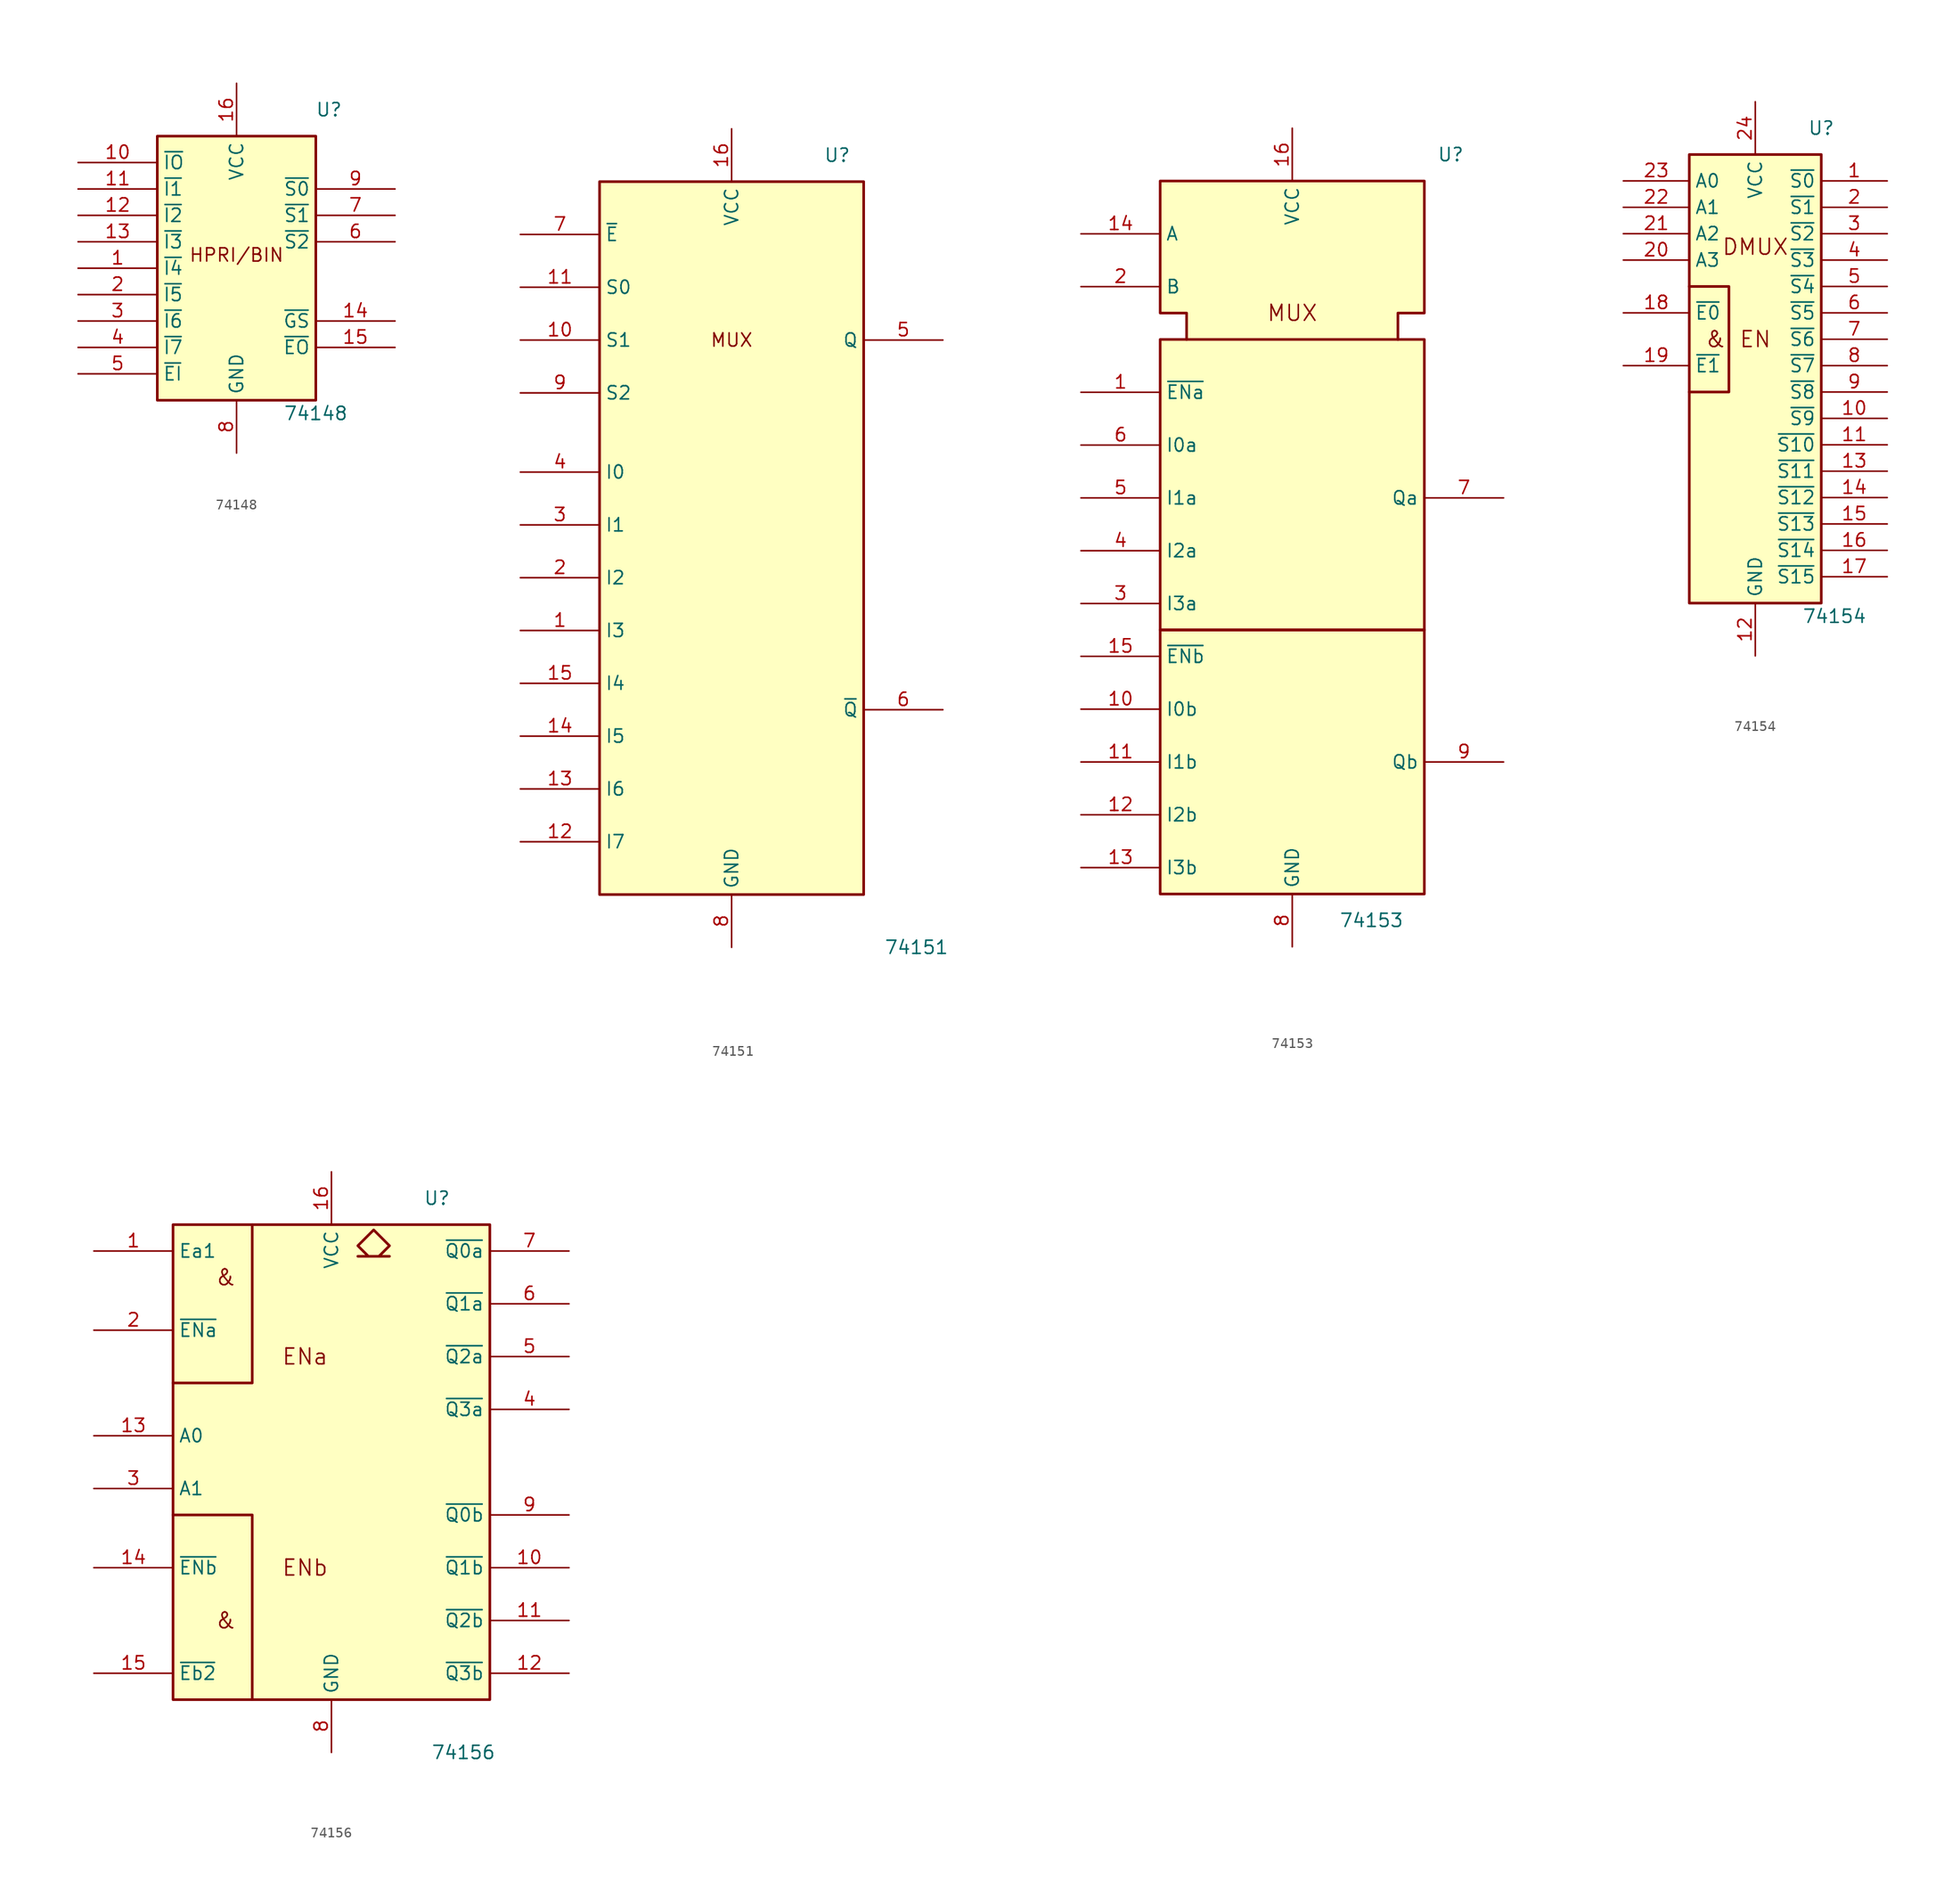
<source format=kicad_sym>
(kicad_symbol_lib
  (version 20241209)
  (generator "kicad_symbol_editor")
  (generator_version "9.0")
  (symbol "74148"
    (property "Reference" "U"
      (at 8.89 15.24 0)
      (effects (font (size 1.27 1.27))))
    (property "Value" "74148"
      (at 7.62 -13.97 0)
      (effects (font (size 1.27 1.27))))
    (symbol "74148_0_0"
      (rectangle (start -7.62 12.7) (end 7.62 -12.7) (stroke (width 0.254) (type default)) (fill (type background)))
      (text "HPRI/BIN" (at 0 1.27 0) (effects (font (size 1.27 1.27))))
      (pin power_in line (at 0 17.78 270) (length 5.08) (name "VCC" (effects (font (size 1.27 1.27)))) (number "16" (effects (font (size 1.27 1.27)))))
      (pin power_in line (at 0 -17.78 90) (length 5.08) (name "GND" (effects (font (size 1.27 1.27)))) (number "8" (effects (font (size 1.27 1.27))))))
    (symbol "74148_1_1"
      (pin input line (at -15.24 10.16 0) (length 7.62) (name "~{IO}" (effects (font (size 1.27 1.27)))) (number "10" (effects (font (size 1.27 1.27)))))
      (pin input line (at -15.24 7.62 0) (length 7.62) (name "~{I1}" (effects (font (size 1.27 1.27)))) (number "11" (effects (font (size 1.27 1.27)))))
      (pin input line (at -15.24 5.08 0) (length 7.62) (name "~{I2}" (effects (font (size 1.27 1.27)))) (number "12" (effects (font (size 1.27 1.27)))))
      (pin input line (at -15.24 2.54 0) (length 7.62) (name "~{I3}" (effects (font (size 1.27 1.27)))) (number "13" (effects (font (size 1.27 1.27)))))
      (pin input line (at -15.24 0 0) (length 7.62) (name "~{I4}" (effects (font (size 1.27 1.27)))) (number "1" (effects (font (size 1.27 1.27)))))
      (pin input line (at -15.24 -2.54 0) (length 7.62) (name "~{I5}" (effects (font (size 1.27 1.27)))) (number "2" (effects (font (size 1.27 1.27)))))
      (pin input line (at -15.24 -5.08 0) (length 7.62) (name "~{I6}" (effects (font (size 1.27 1.27)))) (number "3" (effects (font (size 1.27 1.27)))))
      (pin input line (at -15.24 -7.62 0) (length 7.62) (name "~{I7}" (effects (font (size 1.27 1.27)))) (number "4" (effects (font (size 1.27 1.27)))))
      (pin input line (at -15.24 -10.16 0) (length 7.62) (name "~{EI}" (effects (font (size 1.27 1.27)))) (number "5" (effects (font (size 1.27 1.27)))))
      (pin output line (at 15.24 7.62 180) (length 7.62) (name "~{S0}" (effects (font (size 1.27 1.27)))) (number "9" (effects (font (size 1.27 1.27)))))
      (pin output line (at 15.24 5.08 180) (length 7.62) (name "~{S1}" (effects (font (size 1.27 1.27)))) (number "7" (effects (font (size 1.27 1.27)))))
      (pin output line (at 15.24 2.54 180) (length 7.62) (name "~{S2}" (effects (font (size 1.27 1.27)))) (number "6" (effects (font (size 1.27 1.27)))))
      (pin output line (at 15.24 -5.08 180) (length 7.62) (name "~{GS}" (effects (font (size 1.27 1.27)))) (number "14" (effects (font (size 1.27 1.27)))))
      (pin output line (at 15.24 -7.62 180) (length 7.62) (name "~{EO}" (effects (font (size 1.27 1.27)))) (number "15" (effects (font (size 1.27 1.27)))))))
  (symbol "74151"
    (property "Reference" "U"
      (at 10.16 35.56 0)
      (effects (font (size 1.27 1.27))))
    (property "Value" "74151"
      (at 17.78 -40.64 0)
      (effects (font (size 1.27 1.27))))
    (symbol "74151_0_0"
      (rectangle (start -12.7 33.02) (end 12.7 -35.56) (stroke (width 0.254) (type default)) (fill (type background)))
      (text "MUX" (at 0 17.78 0) (effects (font (size 1.27 1.27))))
      (pin power_in line (at 0 38.1 270) (length 5.08) (name "VCC" (effects (font (size 1.27 1.27)))) (number "16" (effects (font (size 1.27 1.27)))))
      (pin power_in line (at 0 -40.64 90) (length 5.08) (name "GND" (effects (font (size 1.27 1.27)))) (number "8" (effects (font (size 1.27 1.27))))))
    (symbol "74151_1_1"
      (pin input line (at -20.32 27.94 0) (length 7.62) (name "~{E}" (effects (font (size 1.27 1.27)))) (number "7" (effects (font (size 1.27 1.27)))))
      (pin input line (at -20.32 22.86 0) (length 7.62) (name "S0" (effects (font (size 1.27 1.27)))) (number "11" (effects (font (size 1.27 1.27)))))
      (pin input line (at -20.32 17.78 0) (length 7.62) (name "S1" (effects (font (size 1.27 1.27)))) (number "10" (effects (font (size 1.27 1.27)))))
      (pin input line (at -20.32 12.7 0) (length 7.62) (name "S2" (effects (font (size 1.27 1.27)))) (number "9" (effects (font (size 1.27 1.27)))))
      (pin input line (at -20.32 5.08 0) (length 7.62) (name "I0" (effects (font (size 1.27 1.27)))) (number "4" (effects (font (size 1.27 1.27)))))
      (pin input line (at -20.32 0 0) (length 7.62) (name "I1" (effects (font (size 1.27 1.27)))) (number "3" (effects (font (size 1.27 1.27)))))
      (pin input line (at -20.32 -5.08 0) (length 7.62) (name "I2" (effects (font (size 1.27 1.27)))) (number "2" (effects (font (size 1.27 1.27)))))
      (pin input line (at -20.32 -10.16 0) (length 7.62) (name "I3" (effects (font (size 1.27 1.27)))) (number "1" (effects (font (size 1.27 1.27)))))
      (pin input line (at -20.32 -15.24 0) (length 7.62) (name "I4" (effects (font (size 1.27 1.27)))) (number "15" (effects (font (size 1.27 1.27)))))
      (pin input line (at -20.32 -20.32 0) (length 7.62) (name "I5" (effects (font (size 1.27 1.27)))) (number "14" (effects (font (size 1.27 1.27)))))
      (pin input line (at -20.32 -25.4 0) (length 7.62) (name "I6" (effects (font (size 1.27 1.27)))) (number "13" (effects (font (size 1.27 1.27)))))
      (pin input line (at -20.32 -30.48 0) (length 7.62) (name "I7" (effects (font (size 1.27 1.27)))) (number "12" (effects (font (size 1.27 1.27)))))
      (pin output line (at 20.32 17.78 180) (length 7.62) (name "Q" (effects (font (size 1.27 1.27)))) (number "5" (effects (font (size 1.27 1.27)))))
      (pin output line (at 20.32 -17.78 180) (length 7.62) (name "~{Q}" (effects (font (size 1.27 1.27)))) (number "6" (effects (font (size 1.27 1.27)))))))
  (symbol "74153"
    (property "Reference" "U"
      (at 15.24 40.64 0)
      (effects (font (size 1.27 1.27))))
    (property "Value" "74153"
      (at 7.62 -33.02 0)
      (effects (font (size 1.27 1.27))))
    (symbol "74153_0_0"
      (rectangle (start -12.7 22.86) (end 12.7 -5.08) (stroke (width 0.254) (type default)) (fill (type background)))
      (rectangle (start -12.7 -5.08) (end 12.7 -30.48) (stroke (width 0.254) (type default)) (fill (type background)))
      (polyline (pts (xy -10.16 22.86) (xy -10.16 25.4) (xy -12.7 25.4) (xy -12.7 38.1) (xy 12.7 38.1) (xy 12.7 25.4) (xy 10.16 25.4) (xy 10.16 22.86) (xy 10.16 22.86)) (stroke (width 0.254) (type default)) (fill (type background)))
      (text "MUX" (at 0 25.4 0) (effects (font (size 1.524 1.524))))
      (pin power_in line (at 0 43.18 270) (length 5.08) (name "VCC" (effects (font (size 1.27 1.27)))) (number "16" (effects (font (size 1.27 1.27)))))
      (pin power_in line (at 0 -35.56 90) (length 5.08) (name "GND" (effects (font (size 1.27 1.27)))) (number "8" (effects (font (size 1.27 1.27))))))
    (symbol "74153_1_1"
      (pin input line (at -20.32 33.02 0) (length 7.62) (name "A" (effects (font (size 1.27 1.27)))) (number "14" (effects (font (size 1.27 1.27)))))
      (pin input line (at -20.32 27.94 0) (length 7.62) (name "B" (effects (font (size 1.27 1.27)))) (number "2" (effects (font (size 1.27 1.27)))))
      (pin input line (at -20.32 17.78 0) (length 7.62) (name "~{ENa}" (effects (font (size 1.27 1.27)))) (number "1" (effects (font (size 1.27 1.27)))))
      (pin input line (at -20.32 12.7 0) (length 7.62) (name "I0a" (effects (font (size 1.27 1.27)))) (number "6" (effects (font (size 1.27 1.27)))))
      (pin input line (at -20.32 7.62 0) (length 7.62) (name "I1a" (effects (font (size 1.27 1.27)))) (number "5" (effects (font (size 1.27 1.27)))))
      (pin input line (at -20.32 2.54 0) (length 7.62) (name "I2a" (effects (font (size 1.27 1.27)))) (number "4" (effects (font (size 1.27 1.27)))))
      (pin input line (at -20.32 -2.54 0) (length 7.62) (name "I3a" (effects (font (size 1.27 1.27)))) (number "3" (effects (font (size 1.27 1.27)))))
      (pin input line (at -20.32 -7.62 0) (length 7.62) (name "~{ENb}" (effects (font (size 1.27 1.27)))) (number "15" (effects (font (size 1.27 1.27)))))
      (pin input line (at -20.32 -12.7 0) (length 7.62) (name "I0b" (effects (font (size 1.27 1.27)))) (number "10" (effects (font (size 1.27 1.27)))))
      (pin input line (at -20.32 -17.78 0) (length 7.62) (name "I1b" (effects (font (size 1.27 1.27)))) (number "11" (effects (font (size 1.27 1.27)))))
      (pin input line (at -20.32 -22.86 0) (length 7.62) (name "I2b" (effects (font (size 1.27 1.27)))) (number "12" (effects (font (size 1.27 1.27)))))
      (pin input line (at -20.32 -27.94 0) (length 7.62) (name "I3b" (effects (font (size 1.27 1.27)))) (number "13" (effects (font (size 1.27 1.27)))))
      (pin output line (at 20.32 7.62 180) (length 7.62) (name "Qa" (effects (font (size 1.27 1.27)))) (number "7" (effects (font (size 1.27 1.27)))))
      (pin output line (at 20.32 -17.78 180) (length 7.62) (name "Qb" (effects (font (size 1.27 1.27)))) (number "9" (effects (font (size 1.27 1.27)))))))
  (symbol "74154"
    (property "Reference" "U"
      (at 6.35 25.4 0)
      (effects (font (size 1.27 1.27))))
    (property "Value" "74154"
      (at 7.62 -21.59 0)
      (effects (font (size 1.27 1.27))))
    (symbol "74154_0_0"
      (rectangle (start -6.35 22.86) (end 6.35 -20.32) (stroke (width 0.254) (type default)) (fill (type background)))
      (polyline (pts (xy -6.35 10.16) (xy -2.54 10.16) (xy -2.54 0) (xy -6.35 0) (xy -6.35 0)) (stroke (width 0.254) (type default)) (fill (type background)))
      (text "&" (at -3.81 5.08 0) (effects (font (size 1.524 1.524))))
      (text "DMUX" (at 0 13.97 0) (effects (font (size 1.524 1.524))))
      (text "EN" (at 0 5.08 0) (effects (font (size 1.524 1.524))))
      (pin power_in line (at 0 27.94 270) (length 5.08) (name "VCC" (effects (font (size 1.27 1.27)))) (number "24" (effects (font (size 1.27 1.27)))))
      (pin power_in line (at 0 -25.4 90) (length 5.08) (name "GND" (effects (font (size 1.27 1.27)))) (number "12" (effects (font (size 1.27 1.27))))))
    (symbol "74154_1_1"
      (pin input line (at -12.7 20.32 0) (length 6.35) (name "A0" (effects (font (size 1.27 1.27)))) (number "23" (effects (font (size 1.27 1.27)))))
      (pin input line (at -12.7 17.78 0) (length 6.35) (name "A1" (effects (font (size 1.27 1.27)))) (number "22" (effects (font (size 1.27 1.27)))))
      (pin input line (at -12.7 15.24 0) (length 6.35) (name "A2" (effects (font (size 1.27 1.27)))) (number "21" (effects (font (size 1.27 1.27)))))
      (pin input line (at -12.7 12.7 0) (length 6.35) (name "A3" (effects (font (size 1.27 1.27)))) (number "20" (effects (font (size 1.27 1.27)))))
      (pin input line (at -12.7 7.62 0) (length 6.35) (name "~{E0}" (effects (font (size 1.27 1.27)))) (number "18" (effects (font (size 1.27 1.27)))))
      (pin input line (at -12.7 2.54 0) (length 6.35) (name "~{E1}" (effects (font (size 1.27 1.27)))) (number "19" (effects (font (size 1.27 1.27)))))
      (pin output line (at 12.7 20.32 180) (length 6.35) (name "~{S0}" (effects (font (size 1.27 1.27)))) (number "1" (effects (font (size 1.27 1.27)))))
      (pin output line (at 12.7 17.78 180) (length 6.35) (name "~{S1}" (effects (font (size 1.27 1.27)))) (number "2" (effects (font (size 1.27 1.27)))))
      (pin output line (at 12.7 15.24 180) (length 6.35) (name "~{S2}" (effects (font (size 1.27 1.27)))) (number "3" (effects (font (size 1.27 1.27)))))
      (pin output line (at 12.7 12.7 180) (length 6.35) (name "~{S3}" (effects (font (size 1.27 1.27)))) (number "4" (effects (font (size 1.27 1.27)))))
      (pin output line (at 12.7 10.16 180) (length 6.35) (name "~{S4}" (effects (font (size 1.27 1.27)))) (number "5" (effects (font (size 1.27 1.27)))))
      (pin output line (at 12.7 7.62 180) (length 6.35) (name "~{S5}" (effects (font (size 1.27 1.27)))) (number "6" (effects (font (size 1.27 1.27)))))
      (pin output line (at 12.7 5.08 180) (length 6.35) (name "~{S6}" (effects (font (size 1.27 1.27)))) (number "7" (effects (font (size 1.27 1.27)))))
      (pin output line (at 12.7 2.54 180) (length 6.35) (name "~{S7}" (effects (font (size 1.27 1.27)))) (number "8" (effects (font (size 1.27 1.27)))))
      (pin output line (at 12.7 0 180) (length 6.35) (name "~{S8}" (effects (font (size 1.27 1.27)))) (number "9" (effects (font (size 1.27 1.27)))))
      (pin output line (at 12.7 -2.54 180) (length 6.35) (name "~{S9}" (effects (font (size 1.27 1.27)))) (number "10" (effects (font (size 1.27 1.27)))))
      (pin output line (at 12.7 -5.08 180) (length 6.35) (name "~{S10}" (effects (font (size 1.27 1.27)))) (number "11" (effects (font (size 1.27 1.27)))))
      (pin output line (at 12.7 -7.62 180) (length 6.35) (name "~{S11}" (effects (font (size 1.27 1.27)))) (number "13" (effects (font (size 1.27 1.27)))))
      (pin output line (at 12.7 -10.16 180) (length 6.35) (name "~{S12}" (effects (font (size 1.27 1.27)))) (number "14" (effects (font (size 1.27 1.27)))))
      (pin output line (at 12.7 -12.7 180) (length 6.35) (name "~{S13}" (effects (font (size 1.27 1.27)))) (number "15" (effects (font (size 1.27 1.27)))))
      (pin output line (at 12.7 -15.24 180) (length 6.35) (name "~{S14}" (effects (font (size 1.27 1.27)))) (number "16" (effects (font (size 1.27 1.27)))))
      (pin output line (at 12.7 -17.78 180) (length 6.35) (name "~{S15}" (effects (font (size 1.27 1.27)))) (number "17" (effects (font (size 1.27 1.27)))))))
  (symbol "74156"
    (property "Reference" "U"
      (at 10.16 25.4 0)
      (effects (font (size 1.27 1.27))))
    (property "Value" "74156"
      (at 12.7 -27.94 0)
      (effects (font (size 1.27 1.27))))
    (symbol "74156_0_0"
      (rectangle (start -15.24 22.86) (end 15.24 -22.86) (stroke (width 0.254) (type default)) (fill (type background)))
      (polyline (pts (xy -15.24 -5.08) (xy -7.62 -5.08) (xy -7.62 -22.86) (xy -7.62 -22.86)) (stroke (width 0.254) (type default)) (fill (type background)))
      (polyline (pts (xy -7.62 22.86) (xy -7.62 7.62) (xy -15.24 7.62) (xy -15.24 7.62)) (stroke (width 0.254) (type default)) (fill (type background)))
      (polyline (pts (xy 4.064 22.352) (xy 5.588 20.828) (xy 4.572 19.812) (xy 5.588 19.812) (xy 2.54 19.812) (xy 3.556 19.812) (xy 2.54 20.828) (xy 4.064 22.352) (xy 4.064 22.352)) (stroke (width 0.254) (type default)) (fill (type background)))
      (text "&" (at -10.16 17.78 0) (effects (font (size 1.524 1.524))))
      (text "&" (at -10.16 -15.24 0) (effects (font (size 1.524 1.524))))
      (text "ENa" (at -2.54 10.16 0) (effects (font (size 1.524 1.524))))
      (text "ENb" (at -2.54 -10.16 0) (effects (font (size 1.524 1.524))))
      (pin power_in line (at 0 27.94 270) (length 5.08) (name "VCC" (effects (font (size 1.27 1.27)))) (number "16" (effects (font (size 1.27 1.27)))))
      (pin power_in line (at 0 -27.94 90) (length 5.08) (name "GND" (effects (font (size 1.27 1.27)))) (number "8" (effects (font (size 1.27 1.27))))))
    (symbol "74156_1_1"
      (pin input line (at -22.86 20.32 0) (length 7.62) (name "Ea1" (effects (font (size 1.27 1.27)))) (number "1" (effects (font (size 1.27 1.27)))))
      (pin input line (at -22.86 12.7 0) (length 7.62) (name "~{ENa}" (effects (font (size 1.27 1.27)))) (number "2" (effects (font (size 1.27 1.27)))))
      (pin input line (at -22.86 2.54 0) (length 7.62) (name "A0" (effects (font (size 1.27 1.27)))) (number "13" (effects (font (size 1.27 1.27)))))
      (pin input line (at -22.86 -2.54 0) (length 7.62) (name "A1" (effects (font (size 1.27 1.27)))) (number "3" (effects (font (size 1.27 1.27)))))
      (pin input line (at -22.86 -10.16 0) (length 7.62) (name "~{ENb}" (effects (font (size 1.27 1.27)))) (number "14" (effects (font (size 1.27 1.27)))))
      (pin input line (at -22.86 -20.32 0) (length 7.62) (name "~{Eb2}" (effects (font (size 1.27 1.27)))) (number "15" (effects (font (size 1.27 1.27)))))
      (pin open_collector line (at 22.86 20.32 180) (length 7.62) (name "~{Q0a}" (effects (font (size 1.27 1.27)))) (number "7" (effects (font (size 1.27 1.27)))))
      (pin open_collector line (at 22.86 15.24 180) (length 7.62) (name "~{Q1a}" (effects (font (size 1.27 1.27)))) (number "6" (effects (font (size 1.27 1.27)))))
      (pin open_collector line (at 22.86 10.16 180) (length 7.62) (name "~{Q2a}" (effects (font (size 1.27 1.27)))) (number "5" (effects (font (size 1.27 1.27)))))
      (pin open_collector line (at 22.86 5.08 180) (length 7.62) (name "~{Q3a}" (effects (font (size 1.27 1.27)))) (number "4" (effects (font (size 1.27 1.27)))))
      (pin open_collector line (at 22.86 -5.08 180) (length 7.62) (name "~{Q0b}" (effects (font (size 1.27 1.27)))) (number "9" (effects (font (size 1.27 1.27)))))
      (pin open_collector line (at 22.86 -10.16 180) (length 7.62) (name "~{Q1b}" (effects (font (size 1.27 1.27)))) (number "10" (effects (font (size 1.27 1.27)))))
      (pin open_collector line (at 22.86 -15.24 180) (length 7.62) (name "~{Q2b}" (effects (font (size 1.27 1.27)))) (number "11" (effects (font (size 1.27 1.27)))))
      (pin open_collector line (at 22.86 -20.32 180) (length 7.62) (name "~{Q3b}" (effects (font (size 1.27 1.27)))) (number "12" (effects (font (size 1.27 1.27))))))))
</source>
